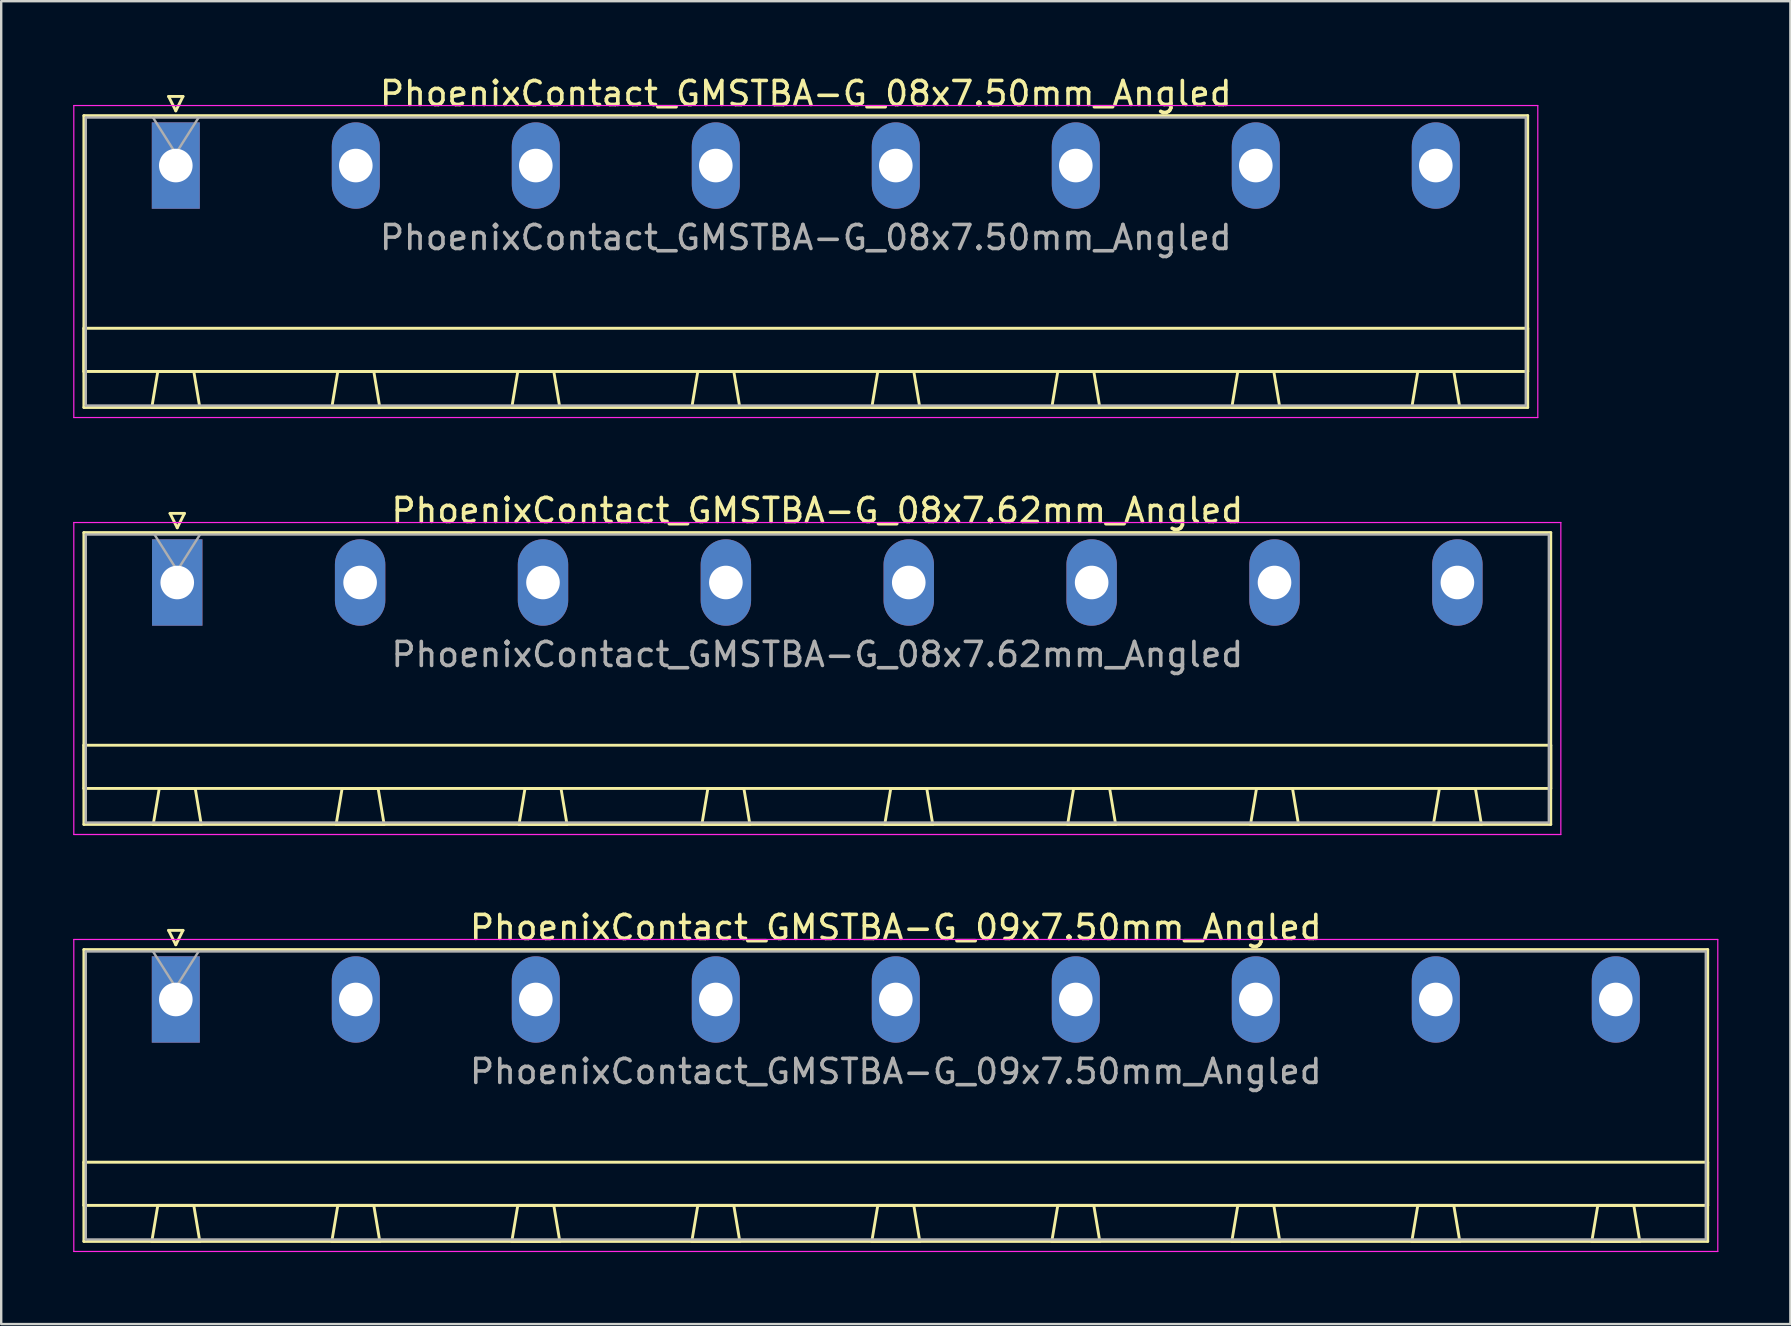
<source format=kicad_pcb>
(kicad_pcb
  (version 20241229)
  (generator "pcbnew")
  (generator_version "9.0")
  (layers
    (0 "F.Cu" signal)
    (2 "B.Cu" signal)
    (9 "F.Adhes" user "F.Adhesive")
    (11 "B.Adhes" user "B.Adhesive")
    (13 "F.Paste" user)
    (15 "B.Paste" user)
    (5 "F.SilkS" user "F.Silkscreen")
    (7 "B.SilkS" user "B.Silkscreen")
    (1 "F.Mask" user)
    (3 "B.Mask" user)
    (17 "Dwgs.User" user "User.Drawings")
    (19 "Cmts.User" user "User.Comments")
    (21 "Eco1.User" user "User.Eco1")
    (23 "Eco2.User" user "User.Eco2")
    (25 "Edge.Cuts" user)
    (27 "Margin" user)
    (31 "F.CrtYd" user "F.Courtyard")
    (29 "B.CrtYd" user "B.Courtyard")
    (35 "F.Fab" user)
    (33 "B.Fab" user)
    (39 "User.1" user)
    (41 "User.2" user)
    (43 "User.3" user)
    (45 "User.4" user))
  (footprint "PhoenixContact_GMSTBA-G_09x7.50mm_Angled"
    (layer "F.Cu")
    (at 4.275 38.595)
    (property "Reference" "PhoenixContact_GMSTBA-G_09x7.50mm_Angled" (at 30 -3 0) (layer "F.SilkS") (effects (font (size 1 1) (thickness 0.15))))
    (attr through_hole)
    (fp_line (start -3.83 -2.08) (end -3.83 10.08) (stroke (width 0.12) (type solid)) (layer "F.SilkS"))
    (fp_line (start -3.83 6.78) (end 63.83 6.78) (stroke (width 0.12) (type solid)) (layer "F.SilkS"))
    (fp_line (start -3.83 8.58) (end -3.83 6.78) (stroke (width 0.12) (type solid)) (layer "F.SilkS"))
    (fp_line (start -3.83 10.08) (end 63.83 10.08) (stroke (width 0.12) (type solid)) (layer "F.SilkS"))
    (fp_line (start -1 10.08) (end 1 10.08) (stroke (width 0.12) (type solid)) (layer "F.SilkS"))
    (fp_line (start -0.75 8.58) (end -1 10.08) (stroke (width 0.12) (type solid)) (layer "F.SilkS"))
    (fp_line (start -0.3 -2.88) (end 0.3 -2.88) (stroke (width 0.12) (type solid)) (layer "F.SilkS"))
    (fp_line (start 0 -2.28) (end -0.3 -2.88) (stroke (width 0.12) (type solid)) (layer "F.SilkS"))
    (fp_line (start 0.3 -2.88) (end 0 -2.28) (stroke (width 0.12) (type solid)) (layer "F.SilkS"))
    (fp_line (start 0.75 8.58) (end -0.75 8.58) (stroke (width 0.12) (type solid)) (layer "F.SilkS"))
    (fp_line (start 1 10.08) (end 0.75 8.58) (stroke (width 0.12) (type solid)) (layer "F.SilkS"))
    (fp_line (start 6.5 10.08) (end 8.5 10.08) (stroke (width 0.12) (type solid)) (layer "F.SilkS"))
    (fp_line (start 6.75 8.58) (end 6.5 10.08) (stroke (width 0.12) (type solid)) (layer "F.SilkS"))
    (fp_line (start 8.25 8.58) (end 6.75 8.58) (stroke (width 0.12) (type solid)) (layer "F.SilkS"))
    (fp_line (start 8.5 10.08) (end 8.25 8.58) (stroke (width 0.12) (type solid)) (layer "F.SilkS"))
    (fp_line (start 14 10.08) (end 16 10.08) (stroke (width 0.12) (type solid)) (layer "F.SilkS"))
    (fp_line (start 14.25 8.58) (end 14 10.08) (stroke (width 0.12) (type solid)) (layer "F.SilkS"))
    (fp_line (start 15.75 8.58) (end 14.25 8.58) (stroke (width 0.12) (type solid)) (layer "F.SilkS"))
    (fp_line (start 16 10.08) (end 15.75 8.58) (stroke (width 0.12) (type solid)) (layer "F.SilkS"))
    (fp_line (start 21.5 10.08) (end 23.5 10.08) (stroke (width 0.12) (type solid)) (layer "F.SilkS"))
    (fp_line (start 21.75 8.58) (end 21.5 10.08) (stroke (width 0.12) (type solid)) (layer "F.SilkS"))
    (fp_line (start 23.25 8.58) (end 21.75 8.58) (stroke (width 0.12) (type solid)) (layer "F.SilkS"))
    (fp_line (start 23.5 10.08) (end 23.25 8.58) (stroke (width 0.12) (type solid)) (layer "F.SilkS"))
    (fp_line (start 29 10.08) (end 31 10.08) (stroke (width 0.12) (type solid)) (layer "F.SilkS"))
    (fp_line (start 29.25 8.58) (end 29 10.08) (stroke (width 0.12) (type solid)) (layer "F.SilkS"))
    (fp_line (start 30.75 8.58) (end 29.25 8.58) (stroke (width 0.12) (type solid)) (layer "F.SilkS"))
    (fp_line (start 31 10.08) (end 30.75 8.58) (stroke (width 0.12) (type solid)) (layer "F.SilkS"))
    (fp_line (start 36.5 10.08) (end 38.5 10.08) (stroke (width 0.12) (type solid)) (layer "F.SilkS"))
    (fp_line (start 36.75 8.58) (end 36.5 10.08) (stroke (width 0.12) (type solid)) (layer "F.SilkS"))
    (fp_line (start 38.25 8.58) (end 36.75 8.58) (stroke (width 0.12) (type solid)) (layer "F.SilkS"))
    (fp_line (start 38.5 10.08) (end 38.25 8.58) (stroke (width 0.12) (type solid)) (layer "F.SilkS"))
    (fp_line (start 44 10.08) (end 46 10.08) (stroke (width 0.12) (type solid)) (layer "F.SilkS"))
    (fp_line (start 44.25 8.58) (end 44 10.08) (stroke (width 0.12) (type solid)) (layer "F.SilkS"))
    (fp_line (start 45.75 8.58) (end 44.25 8.58) (stroke (width 0.12) (type solid)) (layer "F.SilkS"))
    (fp_line (start 46 10.08) (end 45.75 8.58) (stroke (width 0.12) (type solid)) (layer "F.SilkS"))
    (fp_line (start 51.5 10.08) (end 53.5 10.08) (stroke (width 0.12) (type solid)) (layer "F.SilkS"))
    (fp_line (start 51.75 8.58) (end 51.5 10.08) (stroke (width 0.12) (type solid)) (layer "F.SilkS"))
    (fp_line (start 53.25 8.58) (end 51.75 8.58) (stroke (width 0.12) (type solid)) (layer "F.SilkS"))
    (fp_line (start 53.5 10.08) (end 53.25 8.58) (stroke (width 0.12) (type solid)) (layer "F.SilkS"))
    (fp_line (start 59 10.08) (end 61 10.08) (stroke (width 0.12) (type solid)) (layer "F.SilkS"))
    (fp_line (start 59.25 8.58) (end 59 10.08) (stroke (width 0.12) (type solid)) (layer "F.SilkS"))
    (fp_line (start 60.75 8.58) (end 59.25 8.58) (stroke (width 0.12) (type solid)) (layer "F.SilkS"))
    (fp_line (start 61 10.08) (end 60.75 8.58) (stroke (width 0.12) (type solid)) (layer "F.SilkS"))
    (fp_line (start 63.83 -2.08) (end -3.83 -2.08) (stroke (width 0.12) (type solid)) (layer "F.SilkS"))
    (fp_line (start 63.83 6.78) (end 63.83 8.58) (stroke (width 0.12) (type solid)) (layer "F.SilkS"))
    (fp_line (start 63.83 8.58) (end -3.83 8.58) (stroke (width 0.12) (type solid)) (layer "F.SilkS"))
    (fp_line (start 63.83 10.08) (end 63.83 -2.08) (stroke (width 0.12) (type solid)) (layer "F.SilkS"))
    (fp_line (start -4.25 -2.5) (end -4.25 10.5) (stroke (width 0.05) (type solid)) (layer "F.CrtYd"))
    (fp_line (start -4.25 10.5) (end 64.25 10.5) (stroke (width 0.05) (type solid)) (layer "F.CrtYd"))
    (fp_line (start 64.25 -2.5) (end -4.25 -2.5) (stroke (width 0.05) (type solid)) (layer "F.CrtYd"))
    (fp_line (start 64.25 10.5) (end 64.25 -2.5) (stroke (width 0.05) (type solid)) (layer "F.CrtYd"))
    (fp_line (start -3.75 -2) (end -3.75 10) (stroke (width 0.1) (type solid)) (layer "F.Fab"))
    (fp_line (start -3.75 10) (end 63.75 10) (stroke (width 0.1) (type solid)) (layer "F.Fab"))
    (fp_line (start 0 -0.5) (end -0.95 -2) (stroke (width 0.1) (type solid)) (layer "F.Fab"))
    (fp_line (start 0.95 -2) (end 0 -0.5) (stroke (width 0.1) (type solid)) (layer "F.Fab"))
    (fp_line (start 63.75 -2) (end -3.75 -2) (stroke (width 0.1) (type solid)) (layer "F.Fab"))
    (fp_line (start 63.75 10) (end 63.75 -2) (stroke (width 0.1) (type solid)) (layer "F.Fab"))
    (fp_text user "${REFERENCE}" (at 30 3 0) (layer "F.Fab") (effects (font (size 1 1) (thickness 0.15))))
    (pad "1" thru_hole rect (at 0 0) (size 2 3.6) (drill 1.4) (layers "*.Cu" "*.Mask"))
    (pad "2" thru_hole oval (at 7.5 0) (size 2 3.6) (drill 1.4) (layers "*.Cu" "*.Mask"))
    (pad "3" thru_hole oval (at 15 0) (size 2 3.6) (drill 1.4) (layers "*.Cu" "*.Mask"))
    (pad "4" thru_hole oval (at 22.5 0) (size 2 3.6) (drill 1.4) (layers "*.Cu" "*.Mask"))
    (pad "5" thru_hole oval (at 30 0) (size 2 3.6) (drill 1.4) (layers "*.Cu" "*.Mask"))
    (pad "6" thru_hole oval (at 37.5 0) (size 2 3.6) (drill 1.4) (layers "*.Cu" "*.Mask"))
    (pad "7" thru_hole oval (at 45 0) (size 2 3.6) (drill 1.4) (layers "*.Cu" "*.Mask"))
    (pad "8" thru_hole oval (at 52.5 0) (size 2 3.6) (drill 1.4) (layers "*.Cu" "*.Mask"))
    (pad "9" thru_hole oval (at 60 0) (size 2 3.6) (drill 1.4) (layers "*.Cu" "*.Mask")))
  (footprint "PhoenixContact_GMSTBA-G_08x7.62mm_Angled"
    (layer "F.Cu")
    (at 4.335 21.221)
    (property "Reference" "PhoenixContact_GMSTBA-G_08x7.62mm_Angled" (at 26.67 -3 0) (layer "F.SilkS") (effects (font (size 1 1) (thickness 0.15))))
    (attr through_hole)
    (fp_line (start -3.89 -2.08) (end -3.89 10.08) (stroke (width 0.12) (type solid)) (layer "F.SilkS"))
    (fp_line (start -3.89 6.78) (end 57.23 6.78) (stroke (width 0.12) (type solid)) (layer "F.SilkS"))
    (fp_line (start -3.89 8.58) (end -3.89 6.78) (stroke (width 0.12) (type solid)) (layer "F.SilkS"))
    (fp_line (start -3.89 10.08) (end 57.23 10.08) (stroke (width 0.12) (type solid)) (layer "F.SilkS"))
    (fp_line (start -1 10.08) (end 1 10.08) (stroke (width 0.12) (type solid)) (layer "F.SilkS"))
    (fp_line (start -0.75 8.58) (end -1 10.08) (stroke (width 0.12) (type solid)) (layer "F.SilkS"))
    (fp_line (start -0.3 -2.88) (end 0.3 -2.88) (stroke (width 0.12) (type solid)) (layer "F.SilkS"))
    (fp_line (start 0 -2.28) (end -0.3 -2.88) (stroke (width 0.12) (type solid)) (layer "F.SilkS"))
    (fp_line (start 0.3 -2.88) (end 0 -2.28) (stroke (width 0.12) (type solid)) (layer "F.SilkS"))
    (fp_line (start 0.75 8.58) (end -0.75 8.58) (stroke (width 0.12) (type solid)) (layer "F.SilkS"))
    (fp_line (start 1 10.08) (end 0.75 8.58) (stroke (width 0.12) (type solid)) (layer "F.SilkS"))
    (fp_line (start 6.62 10.08) (end 8.62 10.08) (stroke (width 0.12) (type solid)) (layer "F.SilkS"))
    (fp_line (start 6.87 8.58) (end 6.62 10.08) (stroke (width 0.12) (type solid)) (layer "F.SilkS"))
    (fp_line (start 8.37 8.58) (end 6.87 8.58) (stroke (width 0.12) (type solid)) (layer "F.SilkS"))
    (fp_line (start 8.62 10.08) (end 8.37 8.58) (stroke (width 0.12) (type solid)) (layer "F.SilkS"))
    (fp_line (start 14.24 10.08) (end 16.24 10.08) (stroke (width 0.12) (type solid)) (layer "F.SilkS"))
    (fp_line (start 14.49 8.58) (end 14.24 10.08) (stroke (width 0.12) (type solid)) (layer "F.SilkS"))
    (fp_line (start 15.99 8.58) (end 14.49 8.58) (stroke (width 0.12) (type solid)) (layer "F.SilkS"))
    (fp_line (start 16.24 10.08) (end 15.99 8.58) (stroke (width 0.12) (type solid)) (layer "F.SilkS"))
    (fp_line (start 21.86 10.08) (end 23.86 10.08) (stroke (width 0.12) (type solid)) (layer "F.SilkS"))
    (fp_line (start 22.11 8.58) (end 21.86 10.08) (stroke (width 0.12) (type solid)) (layer "F.SilkS"))
    (fp_line (start 23.61 8.58) (end 22.11 8.58) (stroke (width 0.12) (type solid)) (layer "F.SilkS"))
    (fp_line (start 23.86 10.08) (end 23.61 8.58) (stroke (width 0.12) (type solid)) (layer "F.SilkS"))
    (fp_line (start 29.48 10.08) (end 31.48 10.08) (stroke (width 0.12) (type solid)) (layer "F.SilkS"))
    (fp_line (start 29.73 8.58) (end 29.48 10.08) (stroke (width 0.12) (type solid)) (layer "F.SilkS"))
    (fp_line (start 31.23 8.58) (end 29.73 8.58) (stroke (width 0.12) (type solid)) (layer "F.SilkS"))
    (fp_line (start 31.48 10.08) (end 31.23 8.58) (stroke (width 0.12) (type solid)) (layer "F.SilkS"))
    (fp_line (start 37.1 10.08) (end 39.1 10.08) (stroke (width 0.12) (type solid)) (layer "F.SilkS"))
    (fp_line (start 37.35 8.58) (end 37.1 10.08) (stroke (width 0.12) (type solid)) (layer "F.SilkS"))
    (fp_line (start 38.85 8.58) (end 37.35 8.58) (stroke (width 0.12) (type solid)) (layer "F.SilkS"))
    (fp_line (start 39.1 10.08) (end 38.85 8.58) (stroke (width 0.12) (type solid)) (layer "F.SilkS"))
    (fp_line (start 44.72 10.08) (end 46.72 10.08) (stroke (width 0.12) (type solid)) (layer "F.SilkS"))
    (fp_line (start 44.97 8.58) (end 44.72 10.08) (stroke (width 0.12) (type solid)) (layer "F.SilkS"))
    (fp_line (start 46.47 8.58) (end 44.97 8.58) (stroke (width 0.12) (type solid)) (layer "F.SilkS"))
    (fp_line (start 46.72 10.08) (end 46.47 8.58) (stroke (width 0.12) (type solid)) (layer "F.SilkS"))
    (fp_line (start 52.34 10.08) (end 54.34 10.08) (stroke (width 0.12) (type solid)) (layer "F.SilkS"))
    (fp_line (start 52.59 8.58) (end 52.34 10.08) (stroke (width 0.12) (type solid)) (layer "F.SilkS"))
    (fp_line (start 54.09 8.58) (end 52.59 8.58) (stroke (width 0.12) (type solid)) (layer "F.SilkS"))
    (fp_line (start 54.34 10.08) (end 54.09 8.58) (stroke (width 0.12) (type solid)) (layer "F.SilkS"))
    (fp_line (start 57.23 -2.08) (end -3.89 -2.08) (stroke (width 0.12) (type solid)) (layer "F.SilkS"))
    (fp_line (start 57.23 6.78) (end 57.23 8.58) (stroke (width 0.12) (type solid)) (layer "F.SilkS"))
    (fp_line (start 57.23 8.58) (end -3.89 8.58) (stroke (width 0.12) (type solid)) (layer "F.SilkS"))
    (fp_line (start 57.23 10.08) (end 57.23 -2.08) (stroke (width 0.12) (type solid)) (layer "F.SilkS"))
    (fp_line (start -4.31 -2.5) (end -4.31 10.5) (stroke (width 0.05) (type solid)) (layer "F.CrtYd"))
    (fp_line (start -4.31 10.5) (end 57.65 10.5) (stroke (width 0.05) (type solid)) (layer "F.CrtYd"))
    (fp_line (start 57.65 -2.5) (end -4.31 -2.5) (stroke (width 0.05) (type solid)) (layer "F.CrtYd"))
    (fp_line (start 57.65 10.5) (end 57.65 -2.5) (stroke (width 0.05) (type solid)) (layer "F.CrtYd"))
    (fp_line (start -3.81 -2) (end -3.81 10) (stroke (width 0.1) (type solid)) (layer "F.Fab"))
    (fp_line (start -3.81 10) (end 57.15 10) (stroke (width 0.1) (type solid)) (layer "F.Fab"))
    (fp_line (start 0 -0.5) (end -0.95 -2) (stroke (width 0.1) (type solid)) (layer "F.Fab"))
    (fp_line (start 0.95 -2) (end 0 -0.5) (stroke (width 0.1) (type solid)) (layer "F.Fab"))
    (fp_line (start 57.15 -2) (end -3.81 -2) (stroke (width 0.1) (type solid)) (layer "F.Fab"))
    (fp_line (start 57.15 10) (end 57.15 -2) (stroke (width 0.1) (type solid)) (layer "F.Fab"))
    (fp_text user "${REFERENCE}" (at 26.67 3 0) (layer "F.Fab") (effects (font (size 1 1) (thickness 0.15))))
    (pad "1" thru_hole rect (at 0 0) (size 2.1 3.6) (drill 1.4) (layers "*.Cu" "*.Mask"))
    (pad "2" thru_hole oval (at 7.62 0) (size 2.1 3.6) (drill 1.4) (layers "*.Cu" "*.Mask"))
    (pad "3" thru_hole oval (at 15.24 0) (size 2.1 3.6) (drill 1.4) (layers "*.Cu" "*.Mask"))
    (pad "4" thru_hole oval (at 22.86 0) (size 2.1 3.6) (drill 1.4) (layers "*.Cu" "*.Mask"))
    (pad "5" thru_hole oval (at 30.48 0) (size 2.1 3.6) (drill 1.4) (layers "*.Cu" "*.Mask"))
    (pad "6" thru_hole oval (at 38.1 0) (size 2.1 3.6) (drill 1.4) (layers "*.Cu" "*.Mask"))
    (pad "7" thru_hole oval (at 45.72 0) (size 2.1 3.6) (drill 1.4) (layers "*.Cu" "*.Mask"))
    (pad "8" thru_hole oval (at 53.34 0) (size 2.1 3.6) (drill 1.4) (layers "*.Cu" "*.Mask")))
  (footprint "PhoenixContact_GMSTBA-G_08x7.50mm_Angled"
    (layer "F.Cu")
    (at 4.275 3.848)
    (property "Reference" "PhoenixContact_GMSTBA-G_08x7.50mm_Angled" (at 26.25 -3 0) (layer "F.SilkS") (effects (font (size 1 1) (thickness 0.15))))
    (attr through_hole)
    (fp_line (start -3.83 -2.08) (end -3.83 10.08) (stroke (width 0.12) (type solid)) (layer "F.SilkS"))
    (fp_line (start -3.83 6.78) (end 56.33 6.78) (stroke (width 0.12) (type solid)) (layer "F.SilkS"))
    (fp_line (start -3.83 8.58) (end -3.83 6.78) (stroke (width 0.12) (type solid)) (layer "F.SilkS"))
    (fp_line (start -3.83 10.08) (end 56.33 10.08) (stroke (width 0.12) (type solid)) (layer "F.SilkS"))
    (fp_line (start -1 10.08) (end 1 10.08) (stroke (width 0.12) (type solid)) (layer "F.SilkS"))
    (fp_line (start -0.75 8.58) (end -1 10.08) (stroke (width 0.12) (type solid)) (layer "F.SilkS"))
    (fp_line (start -0.3 -2.88) (end 0.3 -2.88) (stroke (width 0.12) (type solid)) (layer "F.SilkS"))
    (fp_line (start 0 -2.28) (end -0.3 -2.88) (stroke (width 0.12) (type solid)) (layer "F.SilkS"))
    (fp_line (start 0.3 -2.88) (end 0 -2.28) (stroke (width 0.12) (type solid)) (layer "F.SilkS"))
    (fp_line (start 0.75 8.58) (end -0.75 8.58) (stroke (width 0.12) (type solid)) (layer "F.SilkS"))
    (fp_line (start 1 10.08) (end 0.75 8.58) (stroke (width 0.12) (type solid)) (layer "F.SilkS"))
    (fp_line (start 6.5 10.08) (end 8.5 10.08) (stroke (width 0.12) (type solid)) (layer "F.SilkS"))
    (fp_line (start 6.75 8.58) (end 6.5 10.08) (stroke (width 0.12) (type solid)) (layer "F.SilkS"))
    (fp_line (start 8.25 8.58) (end 6.75 8.58) (stroke (width 0.12) (type solid)) (layer "F.SilkS"))
    (fp_line (start 8.5 10.08) (end 8.25 8.58) (stroke (width 0.12) (type solid)) (layer "F.SilkS"))
    (fp_line (start 14 10.08) (end 16 10.08) (stroke (width 0.12) (type solid)) (layer "F.SilkS"))
    (fp_line (start 14.25 8.58) (end 14 10.08) (stroke (width 0.12) (type solid)) (layer "F.SilkS"))
    (fp_line (start 15.75 8.58) (end 14.25 8.58) (stroke (width 0.12) (type solid)) (layer "F.SilkS"))
    (fp_line (start 16 10.08) (end 15.75 8.58) (stroke (width 0.12) (type solid)) (layer "F.SilkS"))
    (fp_line (start 21.5 10.08) (end 23.5 10.08) (stroke (width 0.12) (type solid)) (layer "F.SilkS"))
    (fp_line (start 21.75 8.58) (end 21.5 10.08) (stroke (width 0.12) (type solid)) (layer "F.SilkS"))
    (fp_line (start 23.25 8.58) (end 21.75 8.58) (stroke (width 0.12) (type solid)) (layer "F.SilkS"))
    (fp_line (start 23.5 10.08) (end 23.25 8.58) (stroke (width 0.12) (type solid)) (layer "F.SilkS"))
    (fp_line (start 29 10.08) (end 31 10.08) (stroke (width 0.12) (type solid)) (layer "F.SilkS"))
    (fp_line (start 29.25 8.58) (end 29 10.08) (stroke (width 0.12) (type solid)) (layer "F.SilkS"))
    (fp_line (start 30.75 8.58) (end 29.25 8.58) (stroke (width 0.12) (type solid)) (layer "F.SilkS"))
    (fp_line (start 31 10.08) (end 30.75 8.58) (stroke (width 0.12) (type solid)) (layer "F.SilkS"))
    (fp_line (start 36.5 10.08) (end 38.5 10.08) (stroke (width 0.12) (type solid)) (layer "F.SilkS"))
    (fp_line (start 36.75 8.58) (end 36.5 10.08) (stroke (width 0.12) (type solid)) (layer "F.SilkS"))
    (fp_line (start 38.25 8.58) (end 36.75 8.58) (stroke (width 0.12) (type solid)) (layer "F.SilkS"))
    (fp_line (start 38.5 10.08) (end 38.25 8.58) (stroke (width 0.12) (type solid)) (layer "F.SilkS"))
    (fp_line (start 44 10.08) (end 46 10.08) (stroke (width 0.12) (type solid)) (layer "F.SilkS"))
    (fp_line (start 44.25 8.58) (end 44 10.08) (stroke (width 0.12) (type solid)) (layer "F.SilkS"))
    (fp_line (start 45.75 8.58) (end 44.25 8.58) (stroke (width 0.12) (type solid)) (layer "F.SilkS"))
    (fp_line (start 46 10.08) (end 45.75 8.58) (stroke (width 0.12) (type solid)) (layer "F.SilkS"))
    (fp_line (start 51.5 10.08) (end 53.5 10.08) (stroke (width 0.12) (type solid)) (layer "F.SilkS"))
    (fp_line (start 51.75 8.58) (end 51.5 10.08) (stroke (width 0.12) (type solid)) (layer "F.SilkS"))
    (fp_line (start 53.25 8.58) (end 51.75 8.58) (stroke (width 0.12) (type solid)) (layer "F.SilkS"))
    (fp_line (start 53.5 10.08) (end 53.25 8.58) (stroke (width 0.12) (type solid)) (layer "F.SilkS"))
    (fp_line (start 56.33 -2.08) (end -3.83 -2.08) (stroke (width 0.12) (type solid)) (layer "F.SilkS"))
    (fp_line (start 56.33 6.78) (end 56.33 8.58) (stroke (width 0.12) (type solid)) (layer "F.SilkS"))
    (fp_line (start 56.33 8.58) (end -3.83 8.58) (stroke (width 0.12) (type solid)) (layer "F.SilkS"))
    (fp_line (start 56.33 10.08) (end 56.33 -2.08) (stroke (width 0.12) (type solid)) (layer "F.SilkS"))
    (fp_line (start -4.25 -2.5) (end -4.25 10.5) (stroke (width 0.05) (type solid)) (layer "F.CrtYd"))
    (fp_line (start -4.25 10.5) (end 56.75 10.5) (stroke (width 0.05) (type solid)) (layer "F.CrtYd"))
    (fp_line (start 56.75 -2.5) (end -4.25 -2.5) (stroke (width 0.05) (type solid)) (layer "F.CrtYd"))
    (fp_line (start 56.75 10.5) (end 56.75 -2.5) (stroke (width 0.05) (type solid)) (layer "F.CrtYd"))
    (fp_line (start -3.75 -2) (end -3.75 10) (stroke (width 0.1) (type solid)) (layer "F.Fab"))
    (fp_line (start -3.75 10) (end 56.25 10) (stroke (width 0.1) (type solid)) (layer "F.Fab"))
    (fp_line (start 0 -0.5) (end -0.95 -2) (stroke (width 0.1) (type solid)) (layer "F.Fab"))
    (fp_line (start 0.95 -2) (end 0 -0.5) (stroke (width 0.1) (type solid)) (layer "F.Fab"))
    (fp_line (start 56.25 -2) (end -3.75 -2) (stroke (width 0.1) (type solid)) (layer "F.Fab"))
    (fp_line (start 56.25 10) (end 56.25 -2) (stroke (width 0.1) (type solid)) (layer "F.Fab"))
    (fp_text user "${REFERENCE}" (at 26.25 3 0) (layer "F.Fab") (effects (font (size 1 1) (thickness 0.15))))
    (pad "1" thru_hole rect (at 0 0) (size 2 3.6) (drill 1.4) (layers "*.Cu" "*.Mask"))
    (pad "2" thru_hole oval (at 7.5 0) (size 2 3.6) (drill 1.4) (layers "*.Cu" "*.Mask"))
    (pad "3" thru_hole oval (at 15 0) (size 2 3.6) (drill 1.4) (layers "*.Cu" "*.Mask"))
    (pad "4" thru_hole oval (at 22.5 0) (size 2 3.6) (drill 1.4) (layers "*.Cu" "*.Mask"))
    (pad "5" thru_hole oval (at 30 0) (size 2 3.6) (drill 1.4) (layers "*.Cu" "*.Mask"))
    (pad "6" thru_hole oval (at 37.5 0) (size 2 3.6) (drill 1.4) (layers "*.Cu" "*.Mask"))
    (pad "7" thru_hole oval (at 45 0) (size 2 3.6) (drill 1.4) (layers "*.Cu" "*.Mask"))
    (pad "8" thru_hole oval (at 52.5 0) (size 2 3.6) (drill 1.4) (layers "*.Cu" "*.Mask")))
  (gr_rect
    (start -3 -3)
    (end 71.55 52.12)
    (stroke (width 0.1) (type default))
    (fill no)
    (layer "Edge.Cuts")))
</source>
